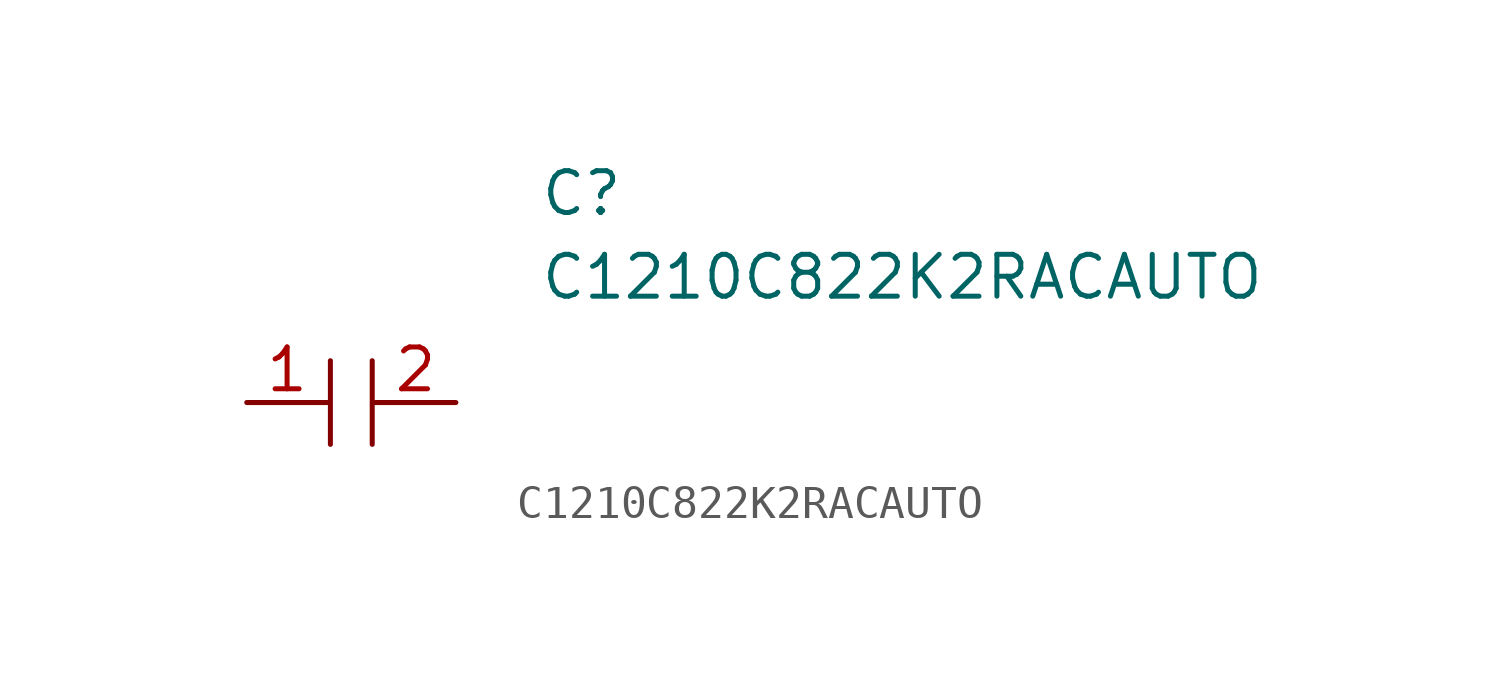
<source format=kicad_sym>
(kicad_symbol_lib
  (version 20211014)
  (generator kicad_symbol_editor)
  (symbol "C1210C822K2RACAUTO"
    (pin_names
      (offset 0.762))
    (property "Reference" "C"
      (at 8.89 6.35 0)
      (effects (font (size 1.27 1.27)) (justify left)))
    (property "Value" "C1210C822K2RACAUTO"
      (at 8.89 3.81 0)
      (effects (font (size 1.27 1.27)) (justify left)))
    (symbol "C1210C822K2RACAUTO_0_0"
      (pin passive line (at 0 0 0) (length 2.45) (name "~" (effects (font (size 1.27 1.27)))) (number "1" (effects (font (size 1.27 1.27)))))
      (pin passive line (at 6.35 0 180) (length 2.45) (name "~" (effects (font (size 1.27 1.27)))) (number "2" (effects (font (size 1.27 1.27))))))
    (symbol "C1210C822K2RACAUTO_0_1"
      (polyline (pts (xy 2.54 1.27) (xy 2.54 -1.27)) (stroke (width 0.152) (type default) (color 0 0 0 0)) (fill (type none)))
      (polyline (pts (xy 3.81 1.27) (xy 3.81 -1.27)) (stroke (width 0.152) (type default) (color 0 0 0 0)) (fill (type none))))))
</source>
